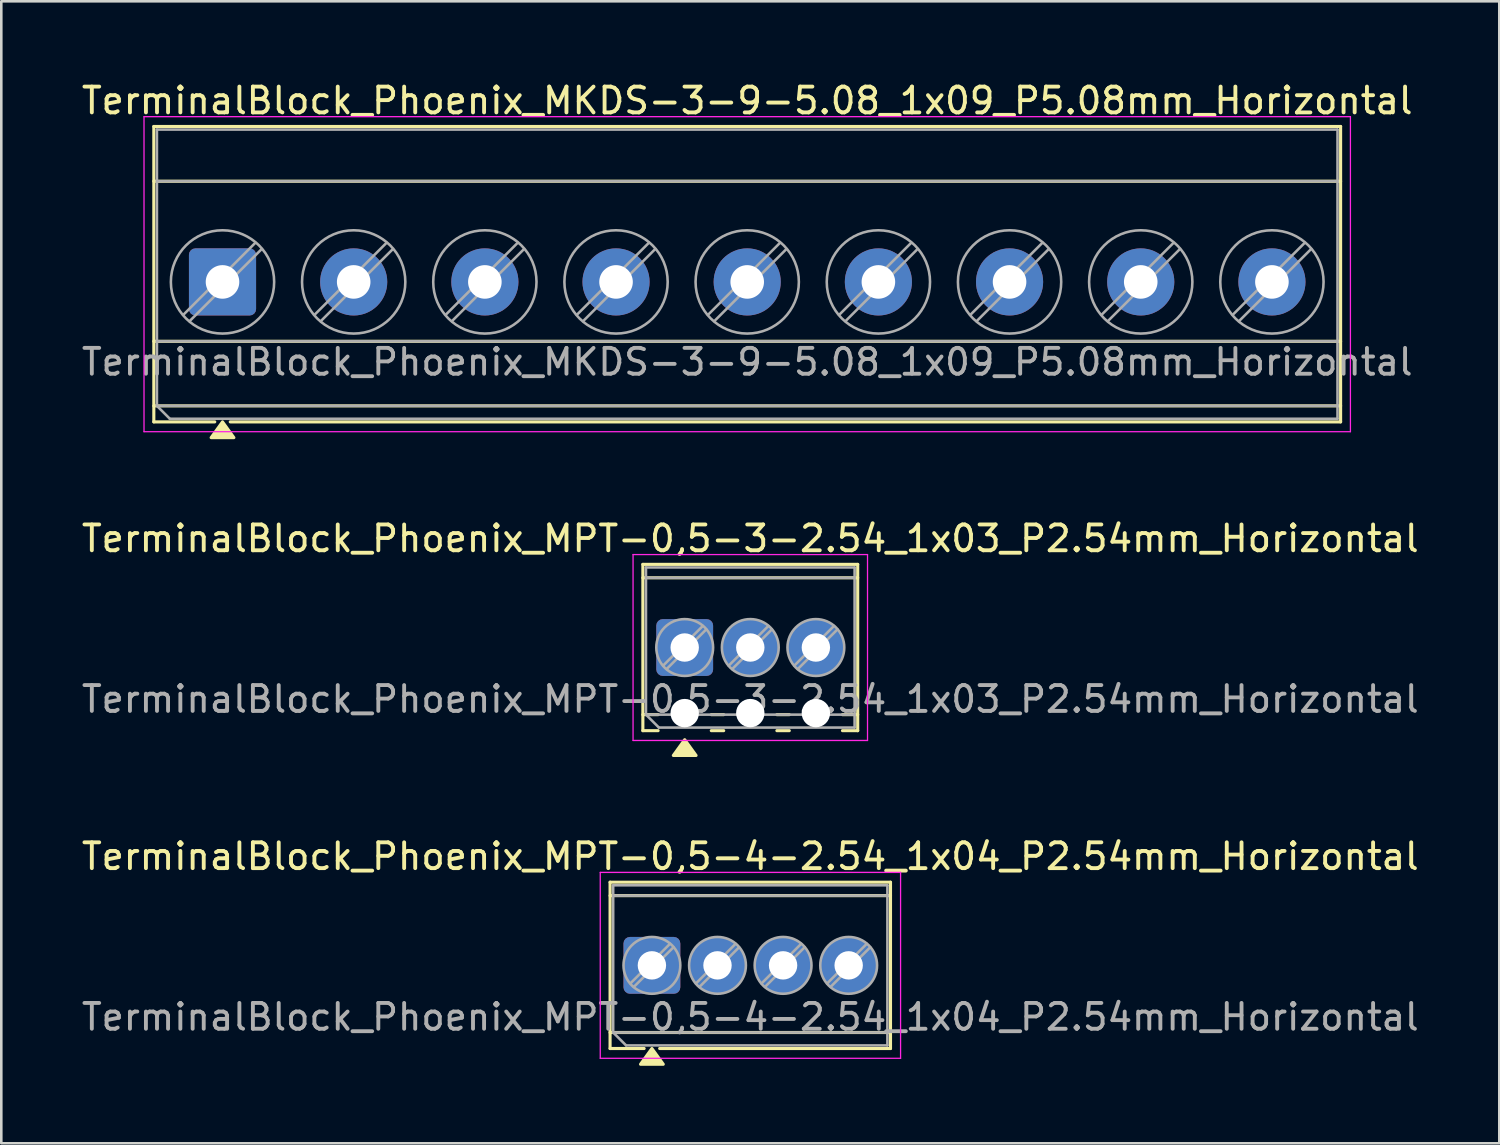
<source format=kicad_pcb>
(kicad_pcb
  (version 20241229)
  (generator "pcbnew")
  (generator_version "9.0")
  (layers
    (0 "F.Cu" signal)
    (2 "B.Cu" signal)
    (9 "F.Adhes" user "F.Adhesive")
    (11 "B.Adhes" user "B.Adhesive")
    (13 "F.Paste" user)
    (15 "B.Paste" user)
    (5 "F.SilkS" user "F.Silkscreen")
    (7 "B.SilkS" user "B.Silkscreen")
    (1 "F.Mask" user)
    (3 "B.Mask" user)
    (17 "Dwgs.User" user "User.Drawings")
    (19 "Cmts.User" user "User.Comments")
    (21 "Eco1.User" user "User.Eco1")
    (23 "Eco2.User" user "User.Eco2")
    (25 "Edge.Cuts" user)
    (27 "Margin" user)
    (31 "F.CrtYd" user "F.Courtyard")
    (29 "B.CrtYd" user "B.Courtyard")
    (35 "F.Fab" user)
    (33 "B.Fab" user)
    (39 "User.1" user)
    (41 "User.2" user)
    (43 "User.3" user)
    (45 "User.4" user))
  (footprint "TerminalBlock_Phoenix_MPT-0,5-4-2.54_1x04_P2.54mm_Horizontal"
    (layer "F.Cu")
    (at 22.196 34.335)
    (property "Reference" "TerminalBlock_Phoenix_MPT-0,5-4-2.54_1x04_P2.54mm_Horizontal" (at 3.81 -4.22 0) (layer "F.SilkS") (effects (font (size 1 1) (thickness 0.15))))
    (attr through_hole)
    (fp_line (start -1.62 -3.22) (end -1.62 3.22) (stroke (width 0.12) (type solid)) (layer "F.SilkS"))
    (fp_line (start -1.62 -3.22) (end 9.24 -3.22) (stroke (width 0.12) (type solid)) (layer "F.SilkS"))
    (fp_line (start -1.62 -2.7) (end 9.24 -2.7) (stroke (width 0.12) (type solid)) (layer "F.SilkS"))
    (fp_line (start -1.62 2.6) (end 9.24 2.6) (stroke (width 0.12) (type solid)) (layer "F.SilkS"))
    (fp_line (start -1.62 3.22) (end -0.3 3.22) (stroke (width 0.12) (type solid)) (layer "F.SilkS"))
    (fp_line (start 0.3 3.22) (end 9.24 3.22) (stroke (width 0.12) (type solid)) (layer "F.SilkS"))
    (fp_line (start 9.24 -3.22) (end 9.24 3.22) (stroke (width 0.12) (type solid)) (layer "F.SilkS"))
    (fp_poly (pts (xy 0 3.22) (xy 0.44 3.83) (xy -0.44 3.83)) (stroke (width 0.12) (type solid)) (fill yes) (layer "F.SilkS"))
    (fp_line (start -2 -3.6) (end -2 3.6) (stroke (width 0.05) (type solid)) (layer "F.CrtYd"))
    (fp_line (start -2 3.6) (end 9.63 3.6) (stroke (width 0.05) (type solid)) (layer "F.CrtYd"))
    (fp_line (start 9.63 -3.6) (end -2 -3.6) (stroke (width 0.05) (type solid)) (layer "F.CrtYd"))
    (fp_line (start 9.63 3.6) (end 9.63 -3.6) (stroke (width 0.05) (type solid)) (layer "F.CrtYd"))
    (fp_line (start -1.5 -3.1) (end 9.12 -3.1) (stroke (width 0.1) (type solid)) (layer "F.Fab"))
    (fp_line (start -1.5 -2.7) (end 9.12 -2.7) (stroke (width 0.1) (type solid)) (layer "F.Fab"))
    (fp_line (start -1.5 2.6) (end -1.5 -3.1) (stroke (width 0.1) (type solid)) (layer "F.Fab"))
    (fp_line (start -1.5 2.6) (end 9.12 2.6) (stroke (width 0.1) (type solid)) (layer "F.Fab"))
    (fp_line (start -1 3.1) (end -1.5 2.6) (stroke (width 0.1) (type solid)) (layer "F.Fab"))
    (fp_line (start 0.7 -0.834) (end -0.834 0.7) (stroke (width 0.1) (type solid)) (layer "F.Fab"))
    (fp_line (start 0.834 -0.7) (end -0.7 0.834) (stroke (width 0.1) (type solid)) (layer "F.Fab"))
    (fp_line (start 3.24 -0.834) (end 1.706 0.7) (stroke (width 0.1) (type solid)) (layer "F.Fab"))
    (fp_line (start 3.374 -0.7) (end 1.84 0.834) (stroke (width 0.1) (type solid)) (layer "F.Fab"))
    (fp_line (start 5.78 -0.834) (end 4.246 0.7) (stroke (width 0.1) (type solid)) (layer "F.Fab"))
    (fp_line (start 5.914 -0.7) (end 4.38 0.834) (stroke (width 0.1) (type solid)) (layer "F.Fab"))
    (fp_line (start 8.32 -0.834) (end 6.786 0.7) (stroke (width 0.1) (type solid)) (layer "F.Fab"))
    (fp_line (start 8.454 -0.7) (end 6.92 0.834) (stroke (width 0.1) (type solid)) (layer "F.Fab"))
    (fp_line (start 9.12 -3.1) (end 9.12 3.1) (stroke (width 0.1) (type solid)) (layer "F.Fab"))
    (fp_line (start 9.12 3.1) (end -1 3.1) (stroke (width 0.1) (type solid)) (layer "F.Fab"))
    (fp_circle (center 0 0) (end 1.1 0) (stroke (width 0.1) (type solid)) (fill no) (layer "F.Fab"))
    (fp_circle (center 2.54 0) (end 3.64 0) (stroke (width 0.1) (type solid)) (fill no) (layer "F.Fab"))
    (fp_circle (center 5.08 0) (end 6.18 0) (stroke (width 0.1) (type solid)) (fill no) (layer "F.Fab"))
    (fp_circle (center 7.62 0) (end 8.72 0) (stroke (width 0.1) (type solid)) (fill no) (layer "F.Fab"))
    (fp_text user "${REFERENCE}" (at 3.81 2 0) (layer "F.Fab") (effects (font (size 1 1) (thickness 0.15))))
    (pad "1" thru_hole roundrect (at 0 0) (size 2.2 2.2) (drill 1.1) (layers "*.Cu" "*.Mask") (roundrect_rratio 0.114))
    (pad "2" thru_hole circle (at 2.54 0) (size 2.2 2.2) (drill 1.1) (layers "*.Cu" "*.Mask"))
    (pad "3" thru_hole circle (at 5.08 0) (size 2.2 2.2) (drill 1.1) (layers "*.Cu" "*.Mask"))
    (pad "4" thru_hole circle (at 7.62 0) (size 2.2 2.2) (drill 1.1) (layers "*.Cu" "*.Mask")))
  (footprint "TerminalBlock_Phoenix_MKDS-3-9-5.08_1x09_P5.08mm_Horizontal"
    (layer "F.Cu")
    (at 5.567 7.868)
    (property "Reference" "TerminalBlock_Phoenix_MKDS-3-9-5.08_1x09_P5.08mm_Horizontal" (at 20.32 -7.02 0) (layer "F.SilkS") (effects (font (size 1 1) (thickness 0.15))))
    (attr through_hole)
    (fp_line (start -2.66 -6.02) (end -2.66 5.42) (stroke (width 0.12) (type solid)) (layer "F.SilkS"))
    (fp_line (start -2.66 -6.02) (end 43.3 -6.02) (stroke (width 0.12) (type solid)) (layer "F.SilkS"))
    (fp_line (start -2.66 -3.9) (end 43.3 -3.9) (stroke (width 0.12) (type solid)) (layer "F.SilkS"))
    (fp_line (start -2.66 2.3) (end 43.3 2.3) (stroke (width 0.12) (type solid)) (layer "F.SilkS"))
    (fp_line (start -2.66 4.8) (end 43.3 4.8) (stroke (width 0.12) (type solid)) (layer "F.SilkS"))
    (fp_line (start -2.66 5.42) (end -0.3 5.42) (stroke (width 0.12) (type solid)) (layer "F.SilkS"))
    (fp_line (start 0.3 5.42) (end 43.3 5.42) (stroke (width 0.12) (type solid)) (layer "F.SilkS"))
    (fp_line (start 43.3 -6.02) (end 43.3 5.42) (stroke (width 0.12) (type solid)) (layer "F.SilkS"))
    (fp_poly (pts (xy 0 5.42) (xy 0.44 6.03) (xy -0.44 6.03)) (stroke (width 0.12) (type solid)) (fill yes) (layer "F.SilkS"))
    (fp_line (start -3.04 -6.4) (end -3.04 5.8) (stroke (width 0.05) (type solid)) (layer "F.CrtYd"))
    (fp_line (start -3.04 5.8) (end 43.68 5.8) (stroke (width 0.05) (type solid)) (layer "F.CrtYd"))
    (fp_line (start 43.68 -6.4) (end -3.04 -6.4) (stroke (width 0.05) (type solid)) (layer "F.CrtYd"))
    (fp_line (start 43.68 5.8) (end 43.68 -6.4) (stroke (width 0.05) (type solid)) (layer "F.CrtYd"))
    (fp_line (start -2.54 -5.9) (end 43.18 -5.9) (stroke (width 0.1) (type solid)) (layer "F.Fab"))
    (fp_line (start -2.54 -3.9) (end 43.18 -3.9) (stroke (width 0.1) (type solid)) (layer "F.Fab"))
    (fp_line (start -2.54 2.3) (end 43.18 2.3) (stroke (width 0.1) (type solid)) (layer "F.Fab"))
    (fp_line (start -2.54 4.8) (end -2.54 -5.9) (stroke (width 0.1) (type solid)) (layer "F.Fab"))
    (fp_line (start -2.54 4.8) (end 43.18 4.8) (stroke (width 0.1) (type solid)) (layer "F.Fab"))
    (fp_line (start -2.04 5.3) (end -2.54 4.8) (stroke (width 0.1) (type solid)) (layer "F.Fab"))
    (fp_line (start 1.273 -1.517) (end -1.517 1.273) (stroke (width 0.1) (type solid)) (layer "F.Fab"))
    (fp_line (start 1.517 -1.273) (end -1.273 1.517) (stroke (width 0.1) (type solid)) (layer "F.Fab"))
    (fp_line (start 6.353 -1.517) (end 3.563 1.273) (stroke (width 0.1) (type solid)) (layer "F.Fab"))
    (fp_line (start 6.597 -1.273) (end 3.807 1.517) (stroke (width 0.1) (type solid)) (layer "F.Fab"))
    (fp_line (start 11.433 -1.517) (end 8.643 1.273) (stroke (width 0.1) (type solid)) (layer "F.Fab"))
    (fp_line (start 11.677 -1.273) (end 8.887 1.517) (stroke (width 0.1) (type solid)) (layer "F.Fab"))
    (fp_line (start 16.513 -1.517) (end 13.723 1.273) (stroke (width 0.1) (type solid)) (layer "F.Fab"))
    (fp_line (start 16.757 -1.273) (end 13.967 1.517) (stroke (width 0.1) (type solid)) (layer "F.Fab"))
    (fp_line (start 21.593 -1.517) (end 18.803 1.273) (stroke (width 0.1) (type solid)) (layer "F.Fab"))
    (fp_line (start 21.837 -1.273) (end 19.047 1.517) (stroke (width 0.1) (type solid)) (layer "F.Fab"))
    (fp_line (start 26.673 -1.517) (end 23.883 1.273) (stroke (width 0.1) (type solid)) (layer "F.Fab"))
    (fp_line (start 26.917 -1.273) (end 24.127 1.517) (stroke (width 0.1) (type solid)) (layer "F.Fab"))
    (fp_line (start 31.753 -1.517) (end 28.963 1.273) (stroke (width 0.1) (type solid)) (layer "F.Fab"))
    (fp_line (start 31.997 -1.273) (end 29.207 1.517) (stroke (width 0.1) (type solid)) (layer "F.Fab"))
    (fp_line (start 36.833 -1.517) (end 34.043 1.273) (stroke (width 0.1) (type solid)) (layer "F.Fab"))
    (fp_line (start 37.077 -1.273) (end 34.287 1.517) (stroke (width 0.1) (type solid)) (layer "F.Fab"))
    (fp_line (start 41.913 -1.517) (end 39.123 1.273) (stroke (width 0.1) (type solid)) (layer "F.Fab"))
    (fp_line (start 42.157 -1.273) (end 39.367 1.517) (stroke (width 0.1) (type solid)) (layer "F.Fab"))
    (fp_line (start 43.18 -5.9) (end 43.18 5.3) (stroke (width 0.1) (type solid)) (layer "F.Fab"))
    (fp_line (start 43.18 5.3) (end -2.04 5.3) (stroke (width 0.1) (type solid)) (layer "F.Fab"))
    (fp_circle (center 0 0) (end 2 0) (stroke (width 0.1) (type solid)) (fill no) (layer "F.Fab"))
    (fp_circle (center 5.08 0) (end 7.08 0) (stroke (width 0.1) (type solid)) (fill no) (layer "F.Fab"))
    (fp_circle (center 10.16 0) (end 12.16 0) (stroke (width 0.1) (type solid)) (fill no) (layer "F.Fab"))
    (fp_circle (center 15.24 0) (end 17.24 0) (stroke (width 0.1) (type solid)) (fill no) (layer "F.Fab"))
    (fp_circle (center 20.32 0) (end 22.32 0) (stroke (width 0.1) (type solid)) (fill no) (layer "F.Fab"))
    (fp_circle (center 25.4 0) (end 27.4 0) (stroke (width 0.1) (type solid)) (fill no) (layer "F.Fab"))
    (fp_circle (center 30.48 0) (end 32.48 0) (stroke (width 0.1) (type solid)) (fill no) (layer "F.Fab"))
    (fp_circle (center 35.56 0) (end 37.56 0) (stroke (width 0.1) (type solid)) (fill no) (layer "F.Fab"))
    (fp_circle (center 40.64 0) (end 42.64 0) (stroke (width 0.1) (type solid)) (fill no) (layer "F.Fab"))
    (fp_text user "${REFERENCE}" (at 20.32 3.1 0) (layer "F.Fab") (effects (font (size 1 1) (thickness 0.15))))
    (pad "1" thru_hole roundrect (at 0 0) (size 2.6 2.6) (drill 1.3) (layers "*.Cu" "*.Mask") (roundrect_rratio 0.096))
    (pad "2" thru_hole circle (at 5.08 0) (size 2.6 2.6) (drill 1.3) (layers "*.Cu" "*.Mask"))
    (pad "3" thru_hole circle (at 10.16 0) (size 2.6 2.6) (drill 1.3) (layers "*.Cu" "*.Mask"))
    (pad "4" thru_hole circle (at 15.24 0) (size 2.6 2.6) (drill 1.3) (layers "*.Cu" "*.Mask"))
    (pad "5" thru_hole circle (at 20.32 0) (size 2.6 2.6) (drill 1.3) (layers "*.Cu" "*.Mask"))
    (pad "6" thru_hole circle (at 25.4 0) (size 2.6 2.6) (drill 1.3) (layers "*.Cu" "*.Mask"))
    (pad "7" thru_hole circle (at 30.48 0) (size 2.6 2.6) (drill 1.3) (layers "*.Cu" "*.Mask"))
    (pad "8" thru_hole circle (at 35.56 0) (size 2.6 2.6) (drill 1.3) (layers "*.Cu" "*.Mask"))
    (pad "9" thru_hole circle (at 40.64 0) (size 2.6 2.6) (drill 1.3) (layers "*.Cu" "*.Mask")))
  (footprint "TerminalBlock_Phoenix_MPT-0,5-3-2.54_1x03_P2.54mm_Horizontal"
    (layer "F.Cu")
    (at 23.466 22.026)
    (property "Reference" "TerminalBlock_Phoenix_MPT-0,5-3-2.54_1x03_P2.54mm_Horizontal" (at 2.54 -4.22 0) (layer "F.SilkS") (effects (font (size 1 1) (thickness 0.15))))
    (attr through_hole)
    (fp_line (start -1.62 -3.22) (end -1.62 3.22) (stroke (width 0.12) (type solid)) (layer "F.SilkS"))
    (fp_line (start -1.62 -3.22) (end 6.7 -3.22) (stroke (width 0.12) (type solid)) (layer "F.SilkS"))
    (fp_line (start -1.62 -2.7) (end 6.7 -2.7) (stroke (width 0.12) (type solid)) (layer "F.SilkS"))
    (fp_line (start -1.62 2.6) (end -1.03 2.6) (stroke (width 0.12) (type solid)) (layer "F.SilkS"))
    (fp_line (start -1.62 3.22) (end -1.03 3.22) (stroke (width 0.12) (type solid)) (layer "F.SilkS"))
    (fp_line (start 1.03 2.6) (end 1.51 2.6) (stroke (width 0.12) (type solid)) (layer "F.SilkS"))
    (fp_line (start 1.03 3.22) (end 1.51 3.22) (stroke (width 0.12) (type solid)) (layer "F.SilkS"))
    (fp_line (start 3.57 2.6) (end 4.05 2.6) (stroke (width 0.12) (type solid)) (layer "F.SilkS"))
    (fp_line (start 3.57 3.22) (end 4.05 3.22) (stroke (width 0.12) (type solid)) (layer "F.SilkS"))
    (fp_line (start 6.11 2.6) (end 6.7 2.6) (stroke (width 0.12) (type solid)) (layer "F.SilkS"))
    (fp_line (start 6.11 3.22) (end 6.7 3.22) (stroke (width 0.12) (type solid)) (layer "F.SilkS"))
    (fp_line (start 6.7 -3.22) (end 6.7 3.22) (stroke (width 0.12) (type solid)) (layer "F.SilkS"))
    (fp_poly (pts (xy 0 3.57) (xy 0.44 4.18) (xy -0.44 4.18)) (stroke (width 0.12) (type solid)) (fill yes) (layer "F.SilkS"))
    (fp_line (start -2 -3.6) (end -2 3.6) (stroke (width 0.05) (type solid)) (layer "F.CrtYd"))
    (fp_line (start -2 3.6) (end 7.08 3.6) (stroke (width 0.05) (type solid)) (layer "F.CrtYd"))
    (fp_line (start 7.08 -3.6) (end -2 -3.6) (stroke (width 0.05) (type solid)) (layer "F.CrtYd"))
    (fp_line (start 7.08 3.6) (end 7.08 -3.6) (stroke (width 0.05) (type solid)) (layer "F.CrtYd"))
    (fp_line (start -1.5 -3.1) (end 6.58 -3.1) (stroke (width 0.1) (type solid)) (layer "F.Fab"))
    (fp_line (start -1.5 -2.7) (end 6.58 -2.7) (stroke (width 0.1) (type solid)) (layer "F.Fab"))
    (fp_line (start -1.5 2.6) (end -1.5 -3.1) (stroke (width 0.1) (type solid)) (layer "F.Fab"))
    (fp_line (start -1.5 2.6) (end 6.58 2.6) (stroke (width 0.1) (type solid)) (layer "F.Fab"))
    (fp_line (start -1 3.1) (end -1.5 2.6) (stroke (width 0.1) (type solid)) (layer "F.Fab"))
    (fp_line (start 0.7 -0.834) (end -0.834 0.7) (stroke (width 0.1) (type solid)) (layer "F.Fab"))
    (fp_line (start 0.834 -0.7) (end -0.7 0.834) (stroke (width 0.1) (type solid)) (layer "F.Fab"))
    (fp_line (start 3.24 -0.834) (end 1.706 0.7) (stroke (width 0.1) (type solid)) (layer "F.Fab"))
    (fp_line (start 3.374 -0.7) (end 1.84 0.834) (stroke (width 0.1) (type solid)) (layer "F.Fab"))
    (fp_line (start 5.78 -0.834) (end 4.246 0.7) (stroke (width 0.1) (type solid)) (layer "F.Fab"))
    (fp_line (start 5.914 -0.7) (end 4.38 0.834) (stroke (width 0.1) (type solid)) (layer "F.Fab"))
    (fp_line (start 6.58 -3.1) (end 6.58 3.1) (stroke (width 0.1) (type solid)) (layer "F.Fab"))
    (fp_line (start 6.58 3.1) (end -1 3.1) (stroke (width 0.1) (type solid)) (layer "F.Fab"))
    (fp_circle (center 0 0) (end 1.1 0) (stroke (width 0.1) (type solid)) (fill no) (layer "F.Fab"))
    (fp_circle (center 2.54 0) (end 3.64 0) (stroke (width 0.1) (type solid)) (fill no) (layer "F.Fab"))
    (fp_circle (center 5.08 0) (end 6.18 0) (stroke (width 0.1) (type solid)) (fill no) (layer "F.Fab"))
    (fp_text user "${REFERENCE}" (at 2.54 2 0) (layer "F.Fab") (effects (font (size 1 1) (thickness 0.15))))
    (pad "" np_thru_hole circle (at 0 2.54) (size 1.1 1.1) (drill 1.1) (layers "*.Cu" "*.Mask"))
    (pad "" np_thru_hole circle (at 2.54 2.54) (size 1.1 1.1) (drill 1.1) (layers "*.Cu" "*.Mask"))
    (pad "" np_thru_hole circle (at 5.08 2.54) (size 1.1 1.1) (drill 1.1) (layers "*.Cu" "*.Mask"))
    (pad "1" thru_hole roundrect (at 0 0) (size 2.2 2.2) (drill 1.1) (layers "*.Cu" "*.Mask") (roundrect_rratio 0.114))
    (pad "2" thru_hole circle (at 2.54 0) (size 2.2 2.2) (drill 1.1) (layers "*.Cu" "*.Mask"))
    (pad "3" thru_hole circle (at 5.08 0) (size 2.2 2.2) (drill 1.1) (layers "*.Cu" "*.Mask")))
  (gr_rect
    (start -3 -3)
    (end 55.012 41.225)
    (stroke (width 0.1) (type default))
    (fill no)
    (layer "Edge.Cuts")))
</source>
